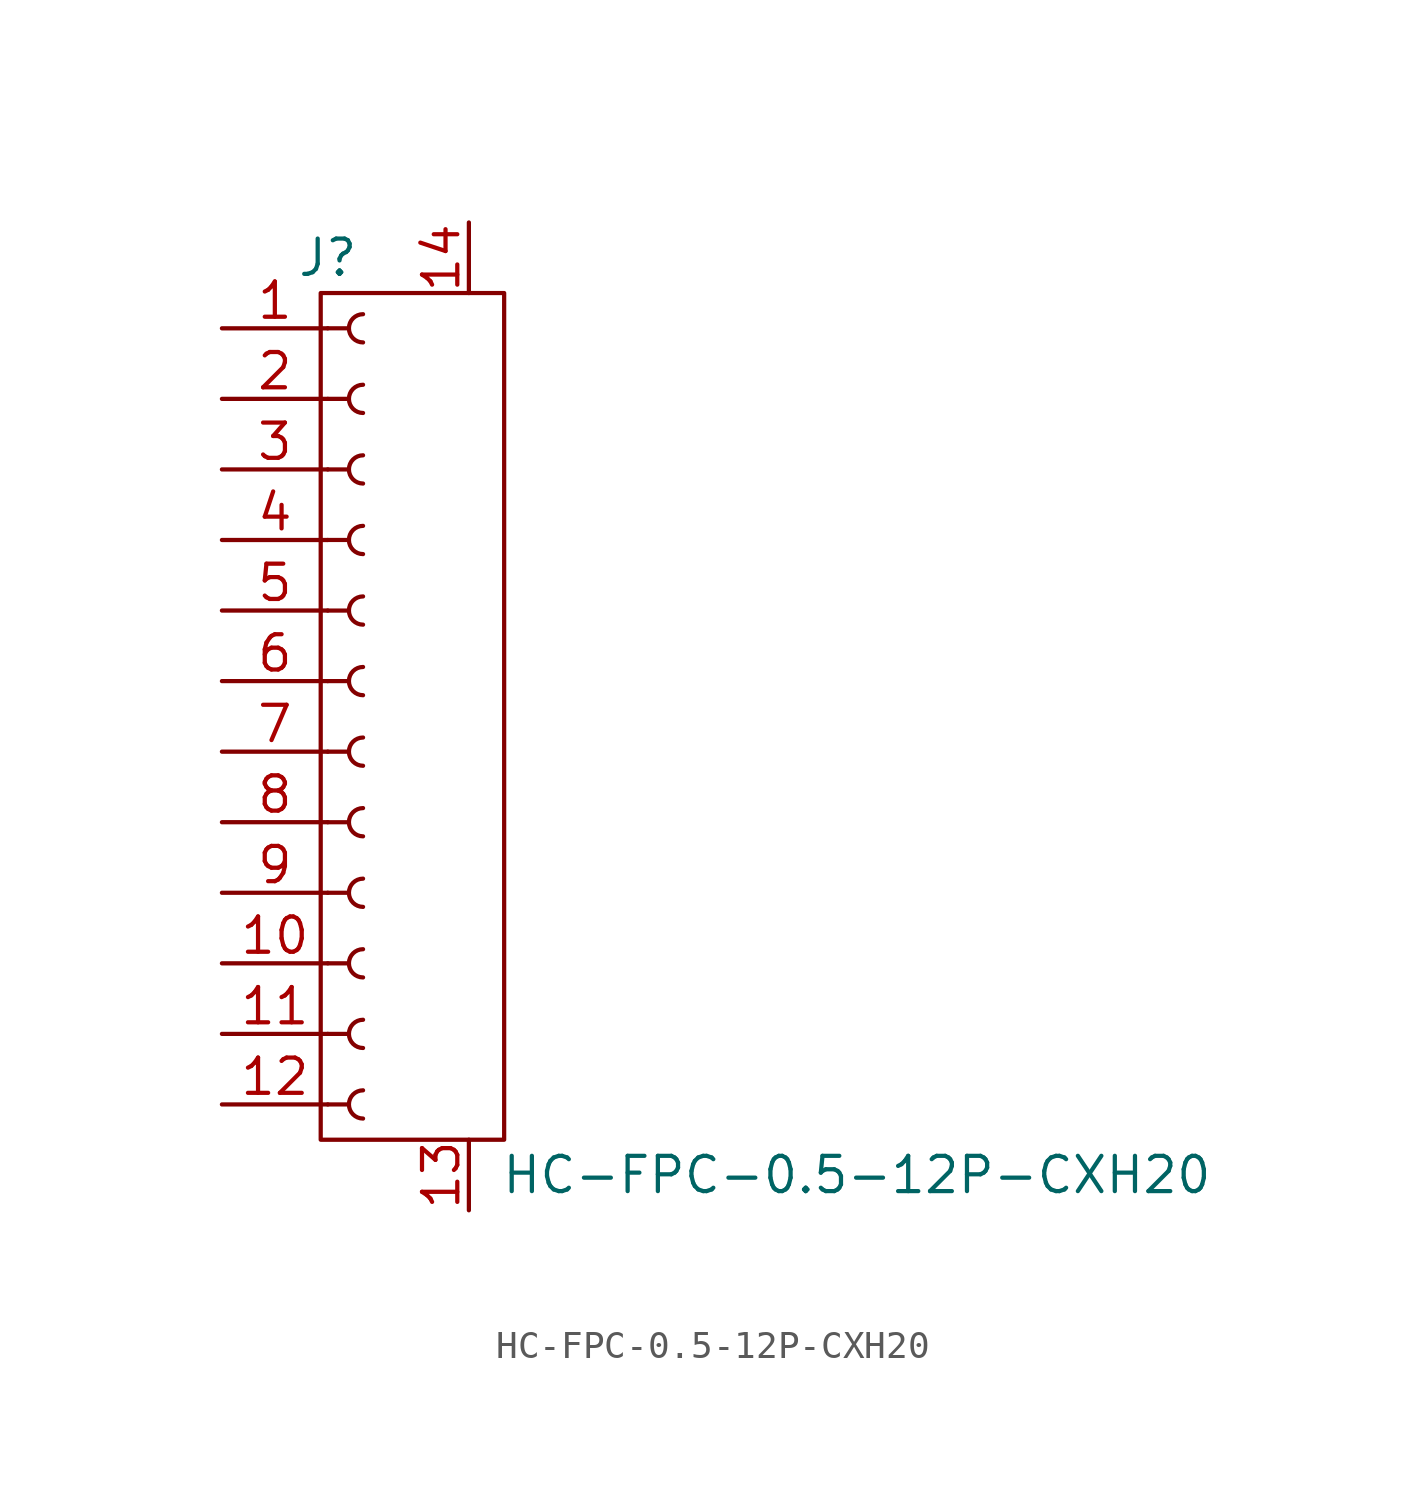
<source format=kicad_sym>
(kicad_symbol_lib
  (version 20241209)
  (generator "kicad_symbol_editor")
  (generator_version "9.0")
  (symbol "HC-FPC-0.5-12P-CXH20"
    (pin_names
      (offset 1.016)
      (hide yes))
    (property "Reference" "J"
      (at -1.27 15.24 0)
      (effects (font (size 1.27 1.27))))
    (property "Value" "HC-FPC-0.5-12P-CXH20"
      (at 17.78 -17.78 0)
      (effects (font (size 1.27 1.27))))
    (property "ki_locked" ""
      (at 0 0 0)
      (effects (font (size 1.27 1.27))))
    (symbol "HC-FPC-0.5-12P-CXH20_1_1"
      (rectangle (start -1.524 13.97) (end 5.08 -16.51) (stroke (width 0) (type default)) (fill (type none)))
      (polyline (pts (xy -1.27 12.7) (xy -0.508 12.7)) (stroke (width 0.152) (type default)) (fill (type none)))
      (polyline (pts (xy -1.27 10.16) (xy -0.508 10.16)) (stroke (width 0.152) (type default)) (fill (type none)))
      (polyline (pts (xy -1.27 7.62) (xy -0.508 7.62)) (stroke (width 0.152) (type default)) (fill (type none)))
      (polyline (pts (xy -1.27 5.08) (xy -0.508 5.08)) (stroke (width 0.152) (type default)) (fill (type none)))
      (polyline (pts (xy -1.27 2.54) (xy -0.508 2.54)) (stroke (width 0.152) (type default)) (fill (type none)))
      (polyline (pts (xy -1.27 0) (xy -0.508 0)) (stroke (width 0.152) (type default)) (fill (type none)))
      (polyline (pts (xy -1.27 -2.54) (xy -0.508 -2.54)) (stroke (width 0.152) (type default)) (fill (type none)))
      (polyline (pts (xy -1.27 -5.08) (xy -0.508 -5.08)) (stroke (width 0.152) (type default)) (fill (type none)))
      (polyline (pts (xy -1.27 -7.62) (xy -0.508 -7.62)) (stroke (width 0.152) (type default)) (fill (type none)))
      (polyline (pts (xy -1.27 -10.16) (xy -0.508 -10.16)) (stroke (width 0.152) (type default)) (fill (type none)))
      (polyline (pts (xy -1.27 -12.7) (xy -0.508 -12.7)) (stroke (width 0.152) (type default)) (fill (type none)))
      (polyline (pts (xy -1.27 -15.24) (xy -0.508 -15.24)) (stroke (width 0.152) (type default)) (fill (type none)))
      (arc (start 0 12.192) (mid -0.5058 12.7) (end 0 13.208) (stroke (width 0.1524) (type default)) (fill (type none)))
      (arc (start 0 9.652) (mid -0.5058 10.16) (end 0 10.668) (stroke (width 0.1524) (type default)) (fill (type none)))
      (arc (start 0 7.112) (mid -0.5058 7.62) (end 0 8.128) (stroke (width 0.1524) (type default)) (fill (type none)))
      (arc (start 0 4.572) (mid -0.5058 5.08) (end 0 5.588) (stroke (width 0.1524) (type default)) (fill (type none)))
      (arc (start 0 2.032) (mid -0.5058 2.54) (end 0 3.048) (stroke (width 0.1524) (type default)) (fill (type none)))
      (arc (start 0 -0.508) (mid -0.5058 0) (end 0 0.508) (stroke (width 0.1524) (type default)) (fill (type none)))
      (arc (start 0 -3.048) (mid -0.5058 -2.54) (end 0 -2.032) (stroke (width 0.1524) (type default)) (fill (type none)))
      (arc (start 0 -5.588) (mid -0.5058 -5.08) (end 0 -4.572) (stroke (width 0.1524) (type default)) (fill (type none)))
      (arc (start 0 -8.128) (mid -0.5058 -7.62) (end 0 -7.112) (stroke (width 0.1524) (type default)) (fill (type none)))
      (arc (start 0 -10.668) (mid -0.5058 -10.16) (end 0 -9.652) (stroke (width 0.1524) (type default)) (fill (type none)))
      (arc (start 0 -13.208) (mid -0.5058 -12.7) (end 0 -12.192) (stroke (width 0.1524) (type default)) (fill (type none)))
      (arc (start 0 -15.748) (mid -0.5058 -15.24) (end 0 -14.732) (stroke (width 0.1524) (type default)) (fill (type none)))
      (pin passive line (at -5.08 12.7 0) (length 3.81) (name "Pin_1" (effects (font (size 1.27 1.27)))) (number "1" (effects (font (size 1.27 1.27)))))
      (pin passive line (at -5.08 10.16 0) (length 3.81) (name "Pin_2" (effects (font (size 1.27 1.27)))) (number "2" (effects (font (size 1.27 1.27)))))
      (pin passive line (at -5.08 7.62 0) (length 3.81) (name "Pin_3" (effects (font (size 1.27 1.27)))) (number "3" (effects (font (size 1.27 1.27)))))
      (pin passive line (at -5.08 5.08 0) (length 3.81) (name "Pin_4" (effects (font (size 1.27 1.27)))) (number "4" (effects (font (size 1.27 1.27)))))
      (pin passive line (at -5.08 2.54 0) (length 3.81) (name "Pin_5" (effects (font (size 1.27 1.27)))) (number "5" (effects (font (size 1.27 1.27)))))
      (pin passive line (at -5.08 0 0) (length 3.81) (name "Pin_6" (effects (font (size 1.27 1.27)))) (number "6" (effects (font (size 1.27 1.27)))))
      (pin passive line (at -5.08 -2.54 0) (length 3.81) (name "Pin_7" (effects (font (size 1.27 1.27)))) (number "7" (effects (font (size 1.27 1.27)))))
      (pin passive line (at -5.08 -5.08 0) (length 3.81) (name "Pin_8" (effects (font (size 1.27 1.27)))) (number "8" (effects (font (size 1.27 1.27)))))
      (pin passive line (at -5.08 -7.62 0) (length 3.81) (name "Pin_9" (effects (font (size 1.27 1.27)))) (number "9" (effects (font (size 1.27 1.27)))))
      (pin passive line (at -5.08 -10.16 0) (length 3.81) (name "Pin_10" (effects (font (size 1.27 1.27)))) (number "10" (effects (font (size 1.27 1.27)))))
      (pin passive line (at -5.08 -12.7 0) (length 3.81) (name "Pin_11" (effects (font (size 1.27 1.27)))) (number "11" (effects (font (size 1.27 1.27)))))
      (pin passive line (at -5.08 -15.24 0) (length 3.81) (name "Pin_12" (effects (font (size 1.27 1.27)))) (number "12" (effects (font (size 1.27 1.27)))))
      (pin input line (at 3.81 16.51 270) (length 2.54) (name "" (effects (font (size 1.27 1.27)))) (number "14" (effects (font (size 1.27 1.27)))))
      (pin input line (at 3.81 -19.05 90) (length 2.54) (name "" (effects (font (size 1.27 1.27)))) (number "13" (effects (font (size 1.27 1.27))))))))
</source>
